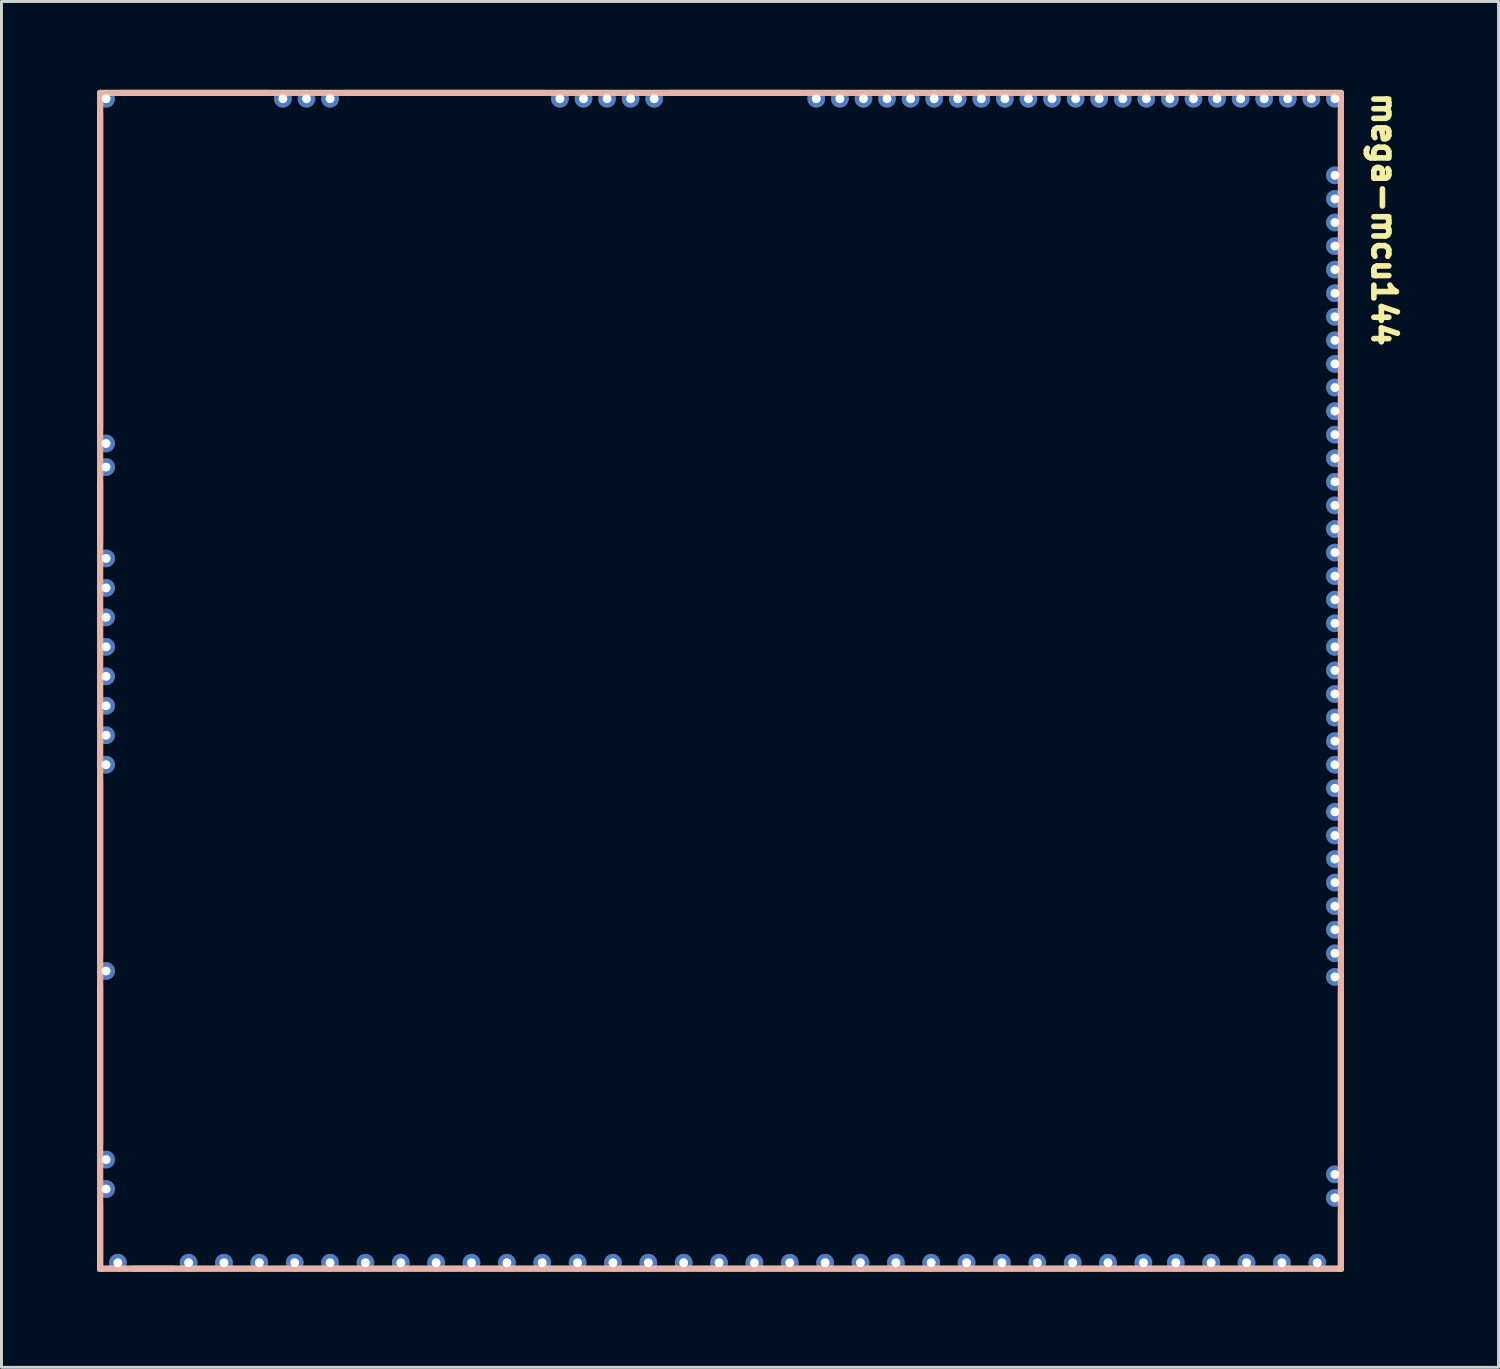
<source format=kicad_pcb>
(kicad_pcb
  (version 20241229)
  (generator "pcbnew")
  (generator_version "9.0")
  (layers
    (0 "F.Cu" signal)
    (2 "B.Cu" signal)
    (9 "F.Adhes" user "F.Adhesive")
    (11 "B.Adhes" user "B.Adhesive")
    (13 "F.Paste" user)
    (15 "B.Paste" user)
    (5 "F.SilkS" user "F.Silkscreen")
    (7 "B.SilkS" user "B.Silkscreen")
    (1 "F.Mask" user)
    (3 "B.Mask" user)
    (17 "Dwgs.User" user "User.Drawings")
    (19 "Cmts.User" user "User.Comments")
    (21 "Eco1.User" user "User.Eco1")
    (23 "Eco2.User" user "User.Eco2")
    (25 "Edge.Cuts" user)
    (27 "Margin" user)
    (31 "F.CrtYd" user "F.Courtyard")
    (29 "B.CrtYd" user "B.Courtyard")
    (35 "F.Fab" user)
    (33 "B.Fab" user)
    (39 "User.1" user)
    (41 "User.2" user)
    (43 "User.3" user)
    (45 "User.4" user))
  (footprint "mega-mcu144"
    (layer "F.Cu")
    (at 0.25 40.1)
    (property "Reference" "mega-mcu144" (at 43.218 -40.094 270) (unlocked yes) (layer "F.SilkS") (effects (font (size 0.762 0.762) (thickness 0.254)) (justify left bottom)))
    (fp_line (start 0.1 -40) (end 40.9 -40) (stroke (width 0.2) (type solid)) (layer "F.SilkS"))
    (fp_line (start 0.1 -0.1) (end 0.1 -40) (stroke (width 0.2) (type solid)) (layer "F.SilkS"))
    (fp_line (start 0.1 -0.1) (end 42.2 -0.1) (stroke (width 0.2) (type solid)) (layer "F.SilkS"))
    (fp_line (start 40.9 -40) (end 42.2 -40) (stroke (width 0.2) (type solid)) (layer "F.SilkS"))
    (fp_line (start 42.2 -0.1) (end 42.2 -40) (stroke (width 0.2) (type solid)) (layer "F.SilkS"))
    (fp_line (start 0.1 -40) (end 40.9 -40) (stroke (width 0.2) (type solid)) (layer "B.SilkS"))
    (fp_line (start 0.1 -0.1) (end 0.1 -40) (stroke (width 0.2) (type solid)) (layer "B.SilkS"))
    (fp_line (start 0.1 -0.1) (end 42.2 -0.1) (stroke (width 0.2) (type solid)) (layer "B.SilkS"))
    (fp_line (start 40.9 -40) (end 42.2 -40) (stroke (width 0.2) (type solid)) (layer "B.SilkS"))
    (fp_line (start 42.2 -0.1) (end 42.2 -40) (stroke (width 0.2) (type solid)) (layer "B.SilkS"))
    (pad "E1" thru_hole circle (at 42 -37.2) (size 0.6 0.6) (drill 0.3) (layers "*.Cu"))
    (pad "E2" thru_hole circle (at 42 -36.4) (size 0.6 0.6) (drill 0.3) (layers "*.Cu"))
    (pad "E3" thru_hole circle (at 42 -35.6) (size 0.6 0.6) (drill 0.3) (layers "*.Cu"))
    (pad "E4" thru_hole circle (at 42 -34.8) (size 0.6 0.6) (drill 0.3) (layers "*.Cu"))
    (pad "E6" thru_hole circle (at 42 -34 270) (size 0.6 0.6) (drill 0.3) (layers "*.Cu"))
    (pad "E7" thru_hole circle (at 42 -33.2 270) (size 0.6 0.6) (drill 0.3) (layers "*.Cu"))
    (pad "E8" thru_hole circle (at 42 -32.4 270) (size 0.6 0.6) (drill 0.3) (layers "*.Cu"))
    (pad "E9" thru_hole circle (at 42 -31.6 270) (size 0.6 0.6) (drill 0.3) (layers "*.Cu"))
    (pad "E10" thru_hole circle (at 42 -30.8 270) (size 0.6 0.6) (drill 0.3) (layers "*.Cu"))
    (pad "E11" thru_hole circle (at 42 -30 270) (size 0.6 0.6) (drill 0.3) (layers "*.Cu"))
    (pad "E12" thru_hole circle (at 42 -29.2 270) (size 0.6 0.6) (drill 0.3) (layers "*.Cu"))
    (pad "E13" thru_hole circle (at 42 -28.4 270) (size 0.6 0.6) (drill 0.3) (layers "*.Cu"))
    (pad "E14" thru_hole circle (at 42 -27.6 270) (size 0.6 0.6) (drill 0.3) (layers "*.Cu"))
    (pad "E15" thru_hole circle (at 42 -26.8 270) (size 0.6 0.6) (drill 0.3) (layers "*.Cu"))
    (pad "E16" thru_hole circle (at 42 -26 270) (size 0.6 0.6) (drill 0.3) (layers "*.Cu"))
    (pad "E17" thru_hole circle (at 42 -25.2 270) (size 0.6 0.6) (drill 0.3) (layers "*.Cu"))
    (pad "E18" thru_hole circle (at 42 -24.4 270) (size 0.6 0.6) (drill 0.3) (layers "*.Cu"))
    (pad "E19" thru_hole circle (at 42 -23.6 270) (size 0.6 0.6) (drill 0.3) (layers "*.Cu"))
    (pad "E20" thru_hole circle (at 42 -22.8 270) (size 0.6 0.6) (drill 0.3) (layers "*.Cu"))
    (pad "E21" thru_hole circle (at 42 -22 270) (size 0.6 0.6) (drill 0.3) (layers "*.Cu"))
    (pad "E22" thru_hole circle (at 42 -21.2 270) (size 0.6 0.6) (drill 0.3) (layers "*.Cu"))
    (pad "E23" thru_hole circle (at 42 -20.4 270) (size 0.6 0.6) (drill 0.3) (layers "*.Cu"))
    (pad "E24" thru_hole circle (at 42 -19.6 270) (size 0.6 0.6) (drill 0.3) (layers "*.Cu"))
    (pad "E25" thru_hole circle (at 42 -18.8 180) (size 0.6 0.6) (drill 0.3) (layers "*.Cu"))
    (pad "E26" thru_hole circle (at 42 -18 180) (size 0.6 0.6) (drill 0.3) (layers "*.Cu"))
    (pad "E27" thru_hole circle (at 42 -17.2 270) (size 0.6 0.6) (drill 0.3) (layers "*.Cu"))
    (pad "E28" thru_hole circle (at 42 -16.4 270) (size 0.6 0.6) (drill 0.3) (layers "*.Cu"))
    (pad "E29" thru_hole circle (at 42 -15.6 180) (size 0.6 0.6) (drill 0.3) (layers "*.Cu"))
    (pad "E30" thru_hole circle (at 42 -14.8 180) (size 0.6 0.6) (drill 0.3) (layers "*.Cu"))
    (pad "E31" thru_hole circle (at 42 -14 180) (size 0.6 0.6) (drill 0.3) (layers "*.Cu"))
    (pad "E32" thru_hole circle (at 42 -13.2 180) (size 0.6 0.6) (drill 0.3) (layers "*.Cu"))
    (pad "E33" thru_hole circle (at 42 -12.4 180) (size 0.6 0.6) (drill 0.3) (layers "*.Cu"))
    (pad "E34" thru_hole circle (at 42 -11.6 180) (size 0.6 0.6) (drill 0.3) (layers "*.Cu"))
    (pad "E35" thru_hole circle (at 42 -10.8 270) (size 0.6 0.6) (drill 0.3) (layers "*.Cu"))
    (pad "E36" thru_hole circle (at 42 -10 270) (size 0.6 0.6) (drill 0.3) (layers "*.Cu"))
    (pad "E38" thru_hole circle (at 42 -3.3 270) (size 0.6 0.6) (drill 0.3) (layers "*.Cu"))
    (pad "E39" thru_hole circle (at 42 -2.5 270) (size 0.6 0.6) (drill 0.3) (layers "*.Cu"))
    (pad "G" smd rect (at 0.1 -1.15) (size 0.2 2.3) (layers "F.Cu" "F.Paste"))
    (pad "G" smd rect (at 0.1 -1.15) (size 0.2 2.3) (layers "B.Cu" "B.Paste"))
    (pad "G" smd rect (at 0.1 -1.15) (size 0.2 2.3) (layers "In1.Cu"))
    (pad "G" smd rect (at 0.1 -1.15) (size 0.2 2.3) (layers "In2.Cu"))
    (pad "G" smd rect (at 0.1 -33.95) (size 0.2 10.7) (layers "F.Cu" "F.Paste"))
    (pad "G" smd rect (at 0.1 -33.95) (size 0.2 10.7) (layers "B.Cu" "B.Paste"))
    (pad "G" smd rect (at 0.1 -33.95) (size 0.2 10.7) (layers "In1.Cu"))
    (pad "G" smd rect (at 0.1 -33.95) (size 0.2 10.7) (layers "In2.Cu"))
    (pad "G" smd rect (at 0.1 -25.75) (size 0.2 2.1) (layers "F.Cu" "F.Paste"))
    (pad "G" smd rect (at 0.1 -25.75) (size 0.2 2.1) (layers "B.Cu" "B.Paste"))
    (pad "G" smd rect (at 0.1 -25.75) (size 0.2 2.1) (layers "In1.Cu"))
    (pad "G" smd rect (at 0.1 -25.75) (size 0.2 2.1) (layers "In2.Cu"))
    (pad "G" smd rect (at 0.1 -13.7) (size 0.2 6) (layers "F.Cu" "F.Paste"))
    (pad "G" smd rect (at 0.1 -13.7) (size 0.2 6) (layers "B.Cu" "B.Paste"))
    (pad "G" smd rect (at 0.1 -13.7) (size 0.2 6) (layers "In1.Cu"))
    (pad "G" smd rect (at 0.1 -13.7) (size 0.2 6) (layers "In2.Cu"))
    (pad "G" smd rect (at 0.1 -7) (size 0.2 5.4) (layers "F.Cu" "F.Paste"))
    (pad "G" smd rect (at 0.1 -7) (size 0.2 5.4) (layers "B.Cu" "B.Paste"))
    (pad "G" smd rect (at 0.1 -7) (size 0.2 5.4) (layers "In1.Cu"))
    (pad "G" smd rect (at 0.1 -7) (size 0.2 5.4) (layers "In2.Cu"))
    (pad "G" smd rect (at 1.9 -0.1 90) (size 0.2 1.4) (layers "F.Cu" "F.Paste"))
    (pad "G" smd rect (at 1.9 -0.1 90) (size 0.2 1.4) (layers "B.Cu" "B.Paste"))
    (pad "G" smd rect (at 1.9 -0.1 90) (size 0.2 1.4) (layers "In1.Cu"))
    (pad "G" smd rect (at 1.9 -0.1 90) (size 0.2 1.4) (layers "In2.Cu"))
    (pad "G" smd rect (at 3.3 -40 270) (size 0.2 5) (layers "F.Cu" "F.Paste"))
    (pad "G" smd rect (at 3.3 -40 270) (size 0.2 5) (layers "B.Cu" "B.Paste"))
    (pad "G" smd rect (at 3.3 -40 270) (size 0.2 5) (layers "In1.Cu"))
    (pad "G" smd rect (at 3.3 -40 270) (size 0.2 5) (layers "In2.Cu"))
    (pad "G" smd rect (at 11.8 -40 270) (size 0.2 6.8) (layers "F.Cu" "F.Paste"))
    (pad "G" smd rect (at 11.8 -40 270) (size 0.2 6.8) (layers "B.Cu" "B.Paste"))
    (pad "G" smd rect (at 11.8 -40 270) (size 0.2 6.8) (layers "In1.Cu"))
    (pad "G" smd rect (at 11.8 -40 270) (size 0.2 6.8) (layers "In2.Cu"))
    (pad "G" smd rect (at 21.65 -40 270) (size 0.2 4.5) (layers "F.Cu" "F.Paste"))
    (pad "G" smd rect (at 21.65 -40 270) (size 0.2 4.5) (layers "B.Cu" "B.Paste"))
    (pad "G" smd rect (at 21.65 -40 270) (size 0.2 4.5) (layers "In1.Cu"))
    (pad "G" smd rect (at 21.65 -40 270) (size 0.2 4.5) (layers "In2.Cu"))
    (pad "G" smd rect (at 42.2 -38.5 180) (size 0.2 1.6) (layers "F.Cu" "F.Paste"))
    (pad "G" smd rect (at 42.2 -38.5 180) (size 0.2 1.6) (layers "B.Cu" "B.Paste"))
    (pad "G" smd rect (at 42.2 -38.5 180) (size 0.2 1.6) (layers "In1.Cu"))
    (pad "G" smd rect (at 42.2 -38.5 180) (size 0.2 1.6) (layers "In2.Cu"))
    (pad "G" smd rect (at 42.2 -6.65 180) (size 0.2 5.7) (layers "F.Cu" "F.Paste"))
    (pad "G" smd rect (at 42.2 -6.65 180) (size 0.2 5.7) (layers "B.Cu" "B.Paste"))
    (pad "G" smd rect (at 42.2 -6.65 180) (size 0.2 5.7) (layers "In1.Cu"))
    (pad "G" smd rect (at 42.2 -6.65 180) (size 0.2 5.7) (layers "In2.Cu"))
    (pad "G" smd rect (at 42.2 -1 180) (size 0.2 2) (layers "F.Cu" "F.Paste"))
    (pad "G" smd rect (at 42.2 -1 180) (size 0.2 2) (layers "B.Cu" "B.Paste"))
    (pad "G" smd rect (at 42.2 -1 180) (size 0.2 2) (layers "In1.Cu"))
    (pad "G" smd rect (at 42.2 -1 180) (size 0.2 2) (layers "In2.Cu"))
    (pad "N1" thru_hole circle (at 42 -39.8 270) (size 0.6 0.6) (drill 0.3) (layers "*.Cu"))
    (pad "N2" thru_hole circle (at 41.2 -39.8 270) (size 0.6 0.6) (drill 0.3) (layers "*.Cu"))
    (pad "N3" thru_hole circle (at 40.4 -39.8 270) (size 0.6 0.6) (drill 0.3) (layers "*.Cu"))
    (pad "N4" thru_hole circle (at 39.6 -39.8 270) (size 0.6 0.6) (drill 0.3) (layers "*.Cu"))
    (pad "N5" thru_hole circle (at 38.8 -39.8 90) (size 0.6 0.6) (drill 0.3) (layers "*.Cu"))
    (pad "N6" thru_hole circle (at 38 -39.8 270) (size 0.6 0.6) (drill 0.3) (layers "*.Cu"))
    (pad "N7" thru_hole circle (at 37.2 -39.8 270) (size 0.6 0.6) (drill 0.3) (layers "*.Cu"))
    (pad "N8" thru_hole circle (at 36.4 -39.8 270) (size 0.6 0.6) (drill 0.3) (layers "*.Cu"))
    (pad "N9" thru_hole circle (at 35.6 -39.8 90) (size 0.6 0.6) (drill 0.3) (layers "*.Cu"))
    (pad "N10" thru_hole circle (at 34.8 -39.8 90) (size 0.6 0.6) (drill 0.3) (layers "*.Cu"))
    (pad "N11" thru_hole circle (at 34 -39.8 90) (size 0.6 0.6) (drill 0.3) (layers "*.Cu"))
    (pad "N12" thru_hole circle (at 33.2 -39.8 90) (size 0.6 0.6) (drill 0.3) (layers "*.Cu"))
    (pad "N13" thru_hole circle (at 32.4 -39.8 90) (size 0.6 0.6) (drill 0.3) (layers "*.Cu"))
    (pad "N14" thru_hole circle (at 31.6 -39.8 270) (size 0.6 0.6) (drill 0.3) (layers "*.Cu"))
    (pad "N15" thru_hole circle (at 30.8 -39.8 270) (size 0.6 0.6) (drill 0.3) (layers "*.Cu"))
    (pad "N16" thru_hole circle (at 30 -39.8 270) (size 0.6 0.6) (drill 0.3) (layers "*.Cu"))
    (pad "N17" thru_hole circle (at 29.2 -39.8 270) (size 0.6 0.6) (drill 0.3) (layers "*.Cu"))
    (pad "N18" thru_hole circle (at 28.4 -39.8 270) (size 0.6 0.6) (drill 0.3) (layers "*.Cu"))
    (pad "N19" thru_hole circle (at 27.6 -39.8 270) (size 0.6 0.6) (drill 0.3) (layers "*.Cu"))
    (pad "N20" thru_hole circle (at 26.8 -39.8 270) (size 0.6 0.6) (drill 0.3) (layers "*.Cu"))
    (pad "N21" thru_hole circle (at 26 -39.8 270) (size 0.6 0.6) (drill 0.3) (layers "*.Cu"))
    (pad "N22" thru_hole circle (at 25.2 -39.8 270) (size 0.6 0.6) (drill 0.3) (layers "*.Cu"))
    (pad "N23" thru_hole circle (at 24.4 -39.8 270) (size 0.6 0.6) (drill 0.3) (layers "*.Cu"))
    (pad "N24" thru_hole circle (at 18.9 -39.8 270) (size 0.6 0.6) (drill 0.3) (layers "*.Cu"))
    (pad "N25" thru_hole circle (at 18.1 -39.8 270) (size 0.6 0.6) (drill 0.3) (layers "*.Cu"))
    (pad "N26" thru_hole circle (at 17.3 -39.8 270) (size 0.6 0.6) (drill 0.3) (layers "*.Cu"))
    (pad "N27" thru_hole circle (at 16.5 -39.8 270) (size 0.6 0.6) (drill 0.3) (layers "*.Cu"))
    (pad "N28" thru_hole circle (at 15.7 -39.8 270) (size 0.6 0.6) (drill 0.3) (layers "*.Cu"))
    (pad "N29" thru_hole circle (at 7.9 -39.8 270) (size 0.6 0.6) (drill 0.3) (layers "*.Cu"))
    (pad "N30" thru_hole circle (at 7.1 -39.8 270) (size 0.6 0.6) (drill 0.3) (layers "*.Cu"))
    (pad "N31" thru_hole circle (at 6.3 -39.8 270) (size 0.6 0.6) (drill 0.3) (layers "*.Cu"))
    (pad "N32" thru_hole circle (at 0.3 -39.8 270) (size 0.6 0.6) (drill 0.3) (layers "*.Cu"))
    (pad "S1" thru_hole circle (at 41.4 -0.3 270) (size 0.6 0.6) (drill 0.3) (layers "*.Cu"))
    (pad "S2" thru_hole circle (at 40.2 -0.3 270) (size 0.6 0.6) (drill 0.3) (layers "*.Cu"))
    (pad "S3" thru_hole circle (at 39 -0.3 270) (size 0.6 0.6) (drill 0.3) (layers "*.Cu"))
    (pad "S4" thru_hole circle (at 37.8 -0.3 270) (size 0.6 0.6) (drill 0.3) (layers "*.Cu"))
    (pad "S5" thru_hole circle (at 36.6 -0.3 270) (size 0.6 0.6) (drill 0.3) (layers "*.Cu"))
    (pad "S6" thru_hole circle (at 35.5 -0.3 270) (size 0.6 0.6) (drill 0.3) (layers "*.Cu"))
    (pad "S7" thru_hole circle (at 34.3 -0.3 270) (size 0.6 0.6) (drill 0.3) (layers "*.Cu"))
    (pad "S8" thru_hole circle (at 33.1 -0.3 270) (size 0.6 0.6) (drill 0.3) (layers "*.Cu"))
    (pad "S9" thru_hole circle (at 31.9 -0.3 270) (size 0.6 0.6) (drill 0.3) (layers "*.Cu"))
    (pad "S10" thru_hole circle (at 30.7 -0.3 270) (size 0.6 0.6) (drill 0.3) (layers "*.Cu"))
    (pad "S11" thru_hole circle (at 29.5 -0.3 270) (size 0.6 0.6) (drill 0.3) (layers "*.Cu"))
    (pad "S12" thru_hole circle (at 28.3 -0.3 270) (size 0.6 0.6) (drill 0.3) (layers "*.Cu"))
    (pad "S13" thru_hole circle (at 27.1 -0.3 270) (size 0.6 0.6) (drill 0.3) (layers "*.Cu"))
    (pad "S14" thru_hole circle (at 25.9 -0.3 270) (size 0.6 0.6) (drill 0.3) (layers "*.Cu"))
    (pad "S15" thru_hole circle (at 24.7 -0.3 270) (size 0.6 0.6) (drill 0.3) (layers "*.Cu"))
    (pad "S16" thru_hole circle (at 23.5 -0.3 270) (size 0.6 0.6) (drill 0.3) (layers "*.Cu"))
    (pad "S17" thru_hole circle (at 22.3 -0.3 270) (size 0.6 0.6) (drill 0.3) (layers "*.Cu"))
    (pad "S18" thru_hole circle (at 21.1 -0.3 270) (size 0.6 0.6) (drill 0.3) (layers "*.Cu"))
    (pad "S19" thru_hole circle (at 19.9 -0.3 270) (size 0.6 0.6) (drill 0.3) (layers "*.Cu"))
    (pad "S20" thru_hole circle (at 18.7 -0.3 270) (size 0.6 0.6) (drill 0.3) (layers "*.Cu"))
    (pad "S21" thru_hole circle (at 17.5 -0.3 270) (size 0.6 0.6) (drill 0.3) (layers "*.Cu"))
    (pad "S22" thru_hole circle (at 16.3 -0.3 270) (size 0.6 0.6) (drill 0.3) (layers "*.Cu"))
    (pad "S23" thru_hole circle (at 15.1 -0.3 270) (size 0.6 0.6) (drill 0.3) (layers "*.Cu"))
    (pad "S24" thru_hole circle (at 13.9 -0.3 270) (size 0.6 0.6) (drill 0.3) (layers "*.Cu"))
    (pad "S25" thru_hole circle (at 12.7 -0.3 270) (size 0.6 0.6) (drill 0.3) (layers "*.Cu"))
    (pad "S26" thru_hole circle (at 11.5 -0.3 270) (size 0.6 0.6) (drill 0.3) (layers "*.Cu"))
    (pad "S27" thru_hole circle (at 10.3 -0.3 270) (size 0.6 0.6) (drill 0.3) (layers "*.Cu"))
    (pad "S28" thru_hole circle (at 9.1 -0.3 270) (size 0.6 0.6) (drill 0.3) (layers "*.Cu"))
    (pad "S29" thru_hole circle (at 7.9 -0.3 270) (size 0.6 0.6) (drill 0.3) (layers "*.Cu"))
    (pad "S30" thru_hole circle (at 6.7 -0.3 270) (size 0.6 0.6) (drill 0.3) (layers "*.Cu"))
    (pad "S31" thru_hole circle (at 5.5 -0.3 270) (size 0.6 0.6) (drill 0.3) (layers "*.Cu"))
    (pad "S32" thru_hole circle (at 4.3 -0.3 270) (size 0.6 0.6) (drill 0.3) (layers "*.Cu"))
    (pad "S33" thru_hole circle (at 3.1 -0.3 270) (size 0.6 0.6) (drill 0.3) (layers "*.Cu"))
    (pad "S35" thru_hole circle (at 0.7 -0.3 270) (size 0.6 0.6) (drill 0.3) (layers "*.Cu"))
    (pad "W1" thru_hole circle (at 0.3 -2.8 180) (size 0.6 0.6) (drill 0.3) (layers "*.Cu"))
    (pad "W2" thru_hole circle (at 0.3 -3.8 270) (size 0.6 0.6) (drill 0.3) (layers "*.Cu"))
    (pad "W3" thru_hole circle (at 0.3 -10.2 180) (size 0.6 0.6) (drill 0.3) (layers "*.Cu"))
    (pad "W4" thru_hole circle (at 0.3 -17.2 180) (size 0.6 0.6) (drill 0.3) (layers "*.Cu"))
    (pad "W5" thru_hole circle (at 0.3 -18.2 180) (size 0.6 0.6) (drill 0.3) (layers "*.Cu"))
    (pad "W6" thru_hole circle (at 0.3 -19.2 180) (size 0.6 0.6) (drill 0.3) (layers "*.Cu"))
    (pad "W7" thru_hole circle (at 0.3 -20.2 180) (size 0.6 0.6) (drill 0.3) (layers "*.Cu"))
    (pad "W8" thru_hole circle (at 0.3 -21.2 180) (size 0.6 0.6) (drill 0.3) (layers "*.Cu"))
    (pad "W9" thru_hole circle (at 0.3 -22.2 180) (size 0.6 0.6) (drill 0.3) (layers "*.Cu"))
    (pad "W10" thru_hole circle (at 0.3 -23.2 180) (size 0.6 0.6) (drill 0.3) (layers "*.Cu"))
    (pad "W11" thru_hole circle (at 0.3 -24.2 180) (size 0.6 0.6) (drill 0.3) (layers "*.Cu"))
    (pad "W12" thru_hole circle (at 0.3 -27.3 270) (size 0.6 0.6) (drill 0.3) (layers "*.Cu"))
    (pad "W13" thru_hole circle (at 0.3 -28.1 270) (size 0.6 0.6) (drill 0.3) (layers "*.Cu")))
  (gr_rect
    (start -3 -3)
    (end 47.802 43.35)
    (stroke (width 0.1) (type default))
    (fill no)
    (layer "Edge.Cuts")))
</source>
